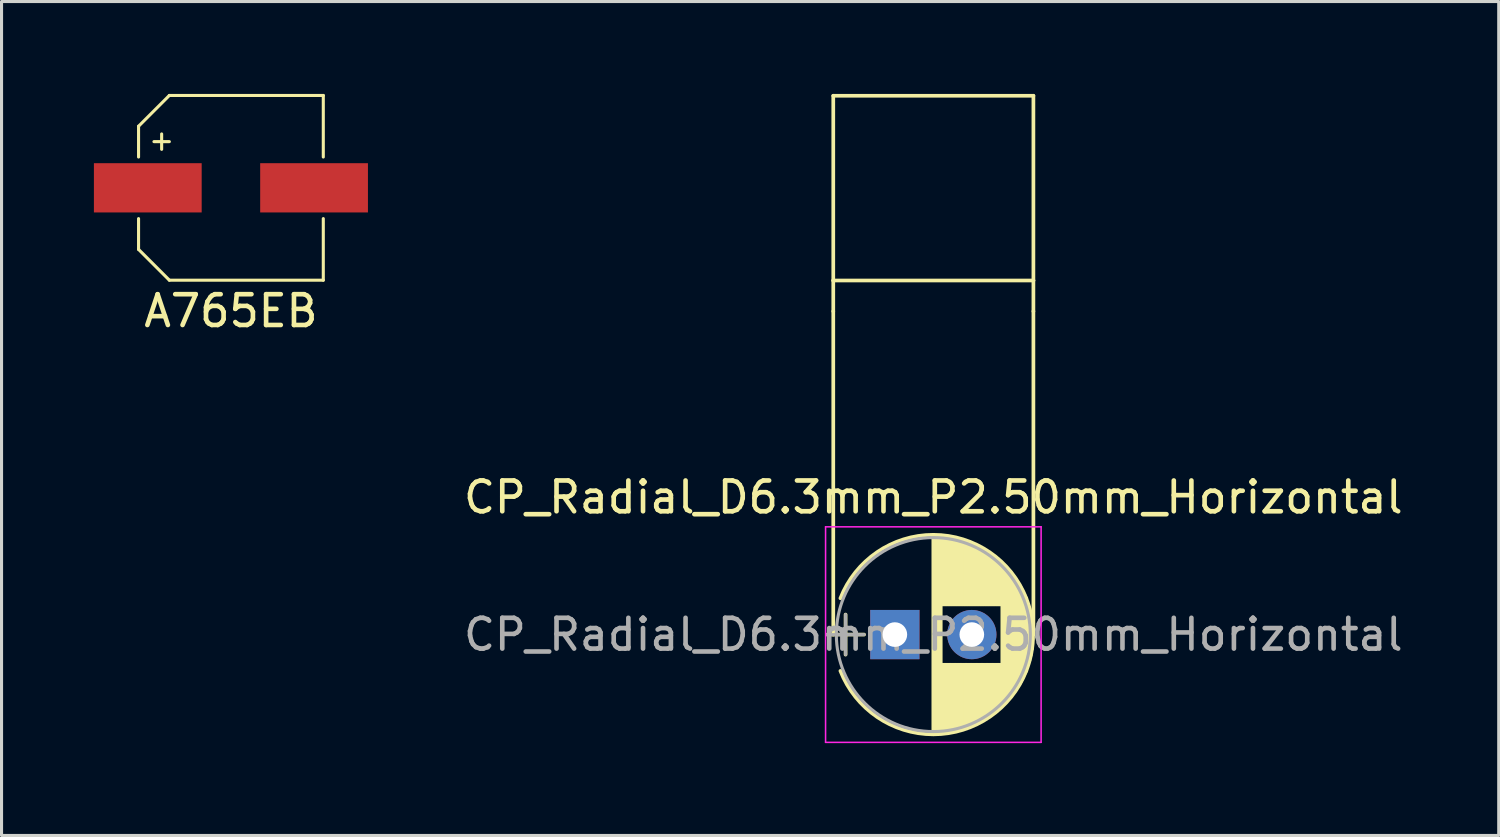
<source format=kicad_pcb>
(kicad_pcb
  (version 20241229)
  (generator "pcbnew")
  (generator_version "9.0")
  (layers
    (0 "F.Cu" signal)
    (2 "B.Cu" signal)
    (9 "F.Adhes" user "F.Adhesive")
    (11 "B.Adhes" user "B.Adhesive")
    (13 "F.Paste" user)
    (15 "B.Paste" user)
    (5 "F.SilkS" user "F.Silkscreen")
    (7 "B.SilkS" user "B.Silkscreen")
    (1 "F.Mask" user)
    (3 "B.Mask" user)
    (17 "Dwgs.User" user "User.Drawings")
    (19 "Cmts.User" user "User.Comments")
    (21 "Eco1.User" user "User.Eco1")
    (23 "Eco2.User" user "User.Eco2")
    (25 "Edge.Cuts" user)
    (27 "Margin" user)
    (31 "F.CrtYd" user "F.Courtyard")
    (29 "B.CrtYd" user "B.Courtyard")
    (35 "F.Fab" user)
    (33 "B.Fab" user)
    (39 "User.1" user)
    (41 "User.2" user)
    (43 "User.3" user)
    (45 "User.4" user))
  (footprint "CP_Radial_D6.3mm_P2.50mm_Horizontal"
    (layer "F.Cu")
    (at 26.013 17.56)
    (property "Reference" "CP_Radial_D6.3mm_P2.50mm_Horizontal" (at 1.25 -4.46 0) (layer "F.SilkS") (effects (font (size 1 1) (thickness 0.15))))
    (attr through_hole)
    (fp_line (start -2.2 0) (end -1 0) (stroke (width 0.12) (type solid)) (layer "F.SilkS"))
    (fp_line (start -2 -17.5) (end 4.5 -17.5) (stroke (width 0.12) (type solid)) (layer "F.SilkS"))
    (fp_line (start -2 -11.5) (end -2 -17.5) (stroke (width 0.12) (type solid)) (layer "F.SilkS"))
    (fp_line (start -2 -10.5) (end -2 -11.5) (stroke (width 0.12) (type solid)) (layer "F.SilkS"))
    (fp_line (start -2 0) (end -2 -10.5) (stroke (width 0.12) (type solid)) (layer "F.SilkS"))
    (fp_line (start -1.6 -0.65) (end -1.6 0.65) (stroke (width 0.12) (type solid)) (layer "F.SilkS"))
    (fp_line (start 1.25 -3.2) (end 1.25 3.2) (stroke (width 0.12) (type solid)) (layer "F.SilkS"))
    (fp_line (start 1.29 -3.2) (end 1.29 3.2) (stroke (width 0.12) (type solid)) (layer "F.SilkS"))
    (fp_line (start 1.33 -3.2) (end 1.33 3.2) (stroke (width 0.12) (type solid)) (layer "F.SilkS"))
    (fp_line (start 1.37 -3.198) (end 1.37 3.198) (stroke (width 0.12) (type solid)) (layer "F.SilkS"))
    (fp_line (start 1.41 -3.197) (end 1.41 3.197) (stroke (width 0.12) (type solid)) (layer "F.SilkS"))
    (fp_line (start 1.45 -3.194) (end 1.45 3.194) (stroke (width 0.12) (type solid)) (layer "F.SilkS"))
    (fp_line (start 1.49 -3.192) (end 1.49 3.192) (stroke (width 0.12) (type solid)) (layer "F.SilkS"))
    (fp_line (start 1.53 -3.188) (end 1.53 -0.98) (stroke (width 0.12) (type solid)) (layer "F.SilkS"))
    (fp_line (start 1.53 0.98) (end 1.53 3.188) (stroke (width 0.12) (type solid)) (layer "F.SilkS"))
    (fp_line (start 1.57 -3.185) (end 1.57 -0.98) (stroke (width 0.12) (type solid)) (layer "F.SilkS"))
    (fp_line (start 1.57 0.98) (end 1.57 3.185) (stroke (width 0.12) (type solid)) (layer "F.SilkS"))
    (fp_line (start 1.61 -3.18) (end 1.61 -0.98) (stroke (width 0.12) (type solid)) (layer "F.SilkS"))
    (fp_line (start 1.61 0.98) (end 1.61 3.18) (stroke (width 0.12) (type solid)) (layer "F.SilkS"))
    (fp_line (start 1.65 -3.176) (end 1.65 -0.98) (stroke (width 0.12) (type solid)) (layer "F.SilkS"))
    (fp_line (start 1.65 0.98) (end 1.65 3.176) (stroke (width 0.12) (type solid)) (layer "F.SilkS"))
    (fp_line (start 1.69 -3.17) (end 1.69 -0.98) (stroke (width 0.12) (type solid)) (layer "F.SilkS"))
    (fp_line (start 1.69 0.98) (end 1.69 3.17) (stroke (width 0.12) (type solid)) (layer "F.SilkS"))
    (fp_line (start 1.73 -3.165) (end 1.73 -0.98) (stroke (width 0.12) (type solid)) (layer "F.SilkS"))
    (fp_line (start 1.73 0.98) (end 1.73 3.165) (stroke (width 0.12) (type solid)) (layer "F.SilkS"))
    (fp_line (start 1.77 -3.158) (end 1.77 -0.98) (stroke (width 0.12) (type solid)) (layer "F.SilkS"))
    (fp_line (start 1.77 0.98) (end 1.77 3.158) (stroke (width 0.12) (type solid)) (layer "F.SilkS"))
    (fp_line (start 1.81 -3.152) (end 1.81 -0.98) (stroke (width 0.12) (type solid)) (layer "F.SilkS"))
    (fp_line (start 1.81 0.98) (end 1.81 3.152) (stroke (width 0.12) (type solid)) (layer "F.SilkS"))
    (fp_line (start 1.85 -3.144) (end 1.85 -0.98) (stroke (width 0.12) (type solid)) (layer "F.SilkS"))
    (fp_line (start 1.85 0.98) (end 1.85 3.144) (stroke (width 0.12) (type solid)) (layer "F.SilkS"))
    (fp_line (start 1.89 -3.137) (end 1.89 -0.98) (stroke (width 0.12) (type solid)) (layer "F.SilkS"))
    (fp_line (start 1.89 0.98) (end 1.89 3.137) (stroke (width 0.12) (type solid)) (layer "F.SilkS"))
    (fp_line (start 1.93 -3.128) (end 1.93 -0.98) (stroke (width 0.12) (type solid)) (layer "F.SilkS"))
    (fp_line (start 1.93 0.98) (end 1.93 3.128) (stroke (width 0.12) (type solid)) (layer "F.SilkS"))
    (fp_line (start 1.971 -3.119) (end 1.971 -0.98) (stroke (width 0.12) (type solid)) (layer "F.SilkS"))
    (fp_line (start 1.971 0.98) (end 1.971 3.119) (stroke (width 0.12) (type solid)) (layer "F.SilkS"))
    (fp_line (start 2.011 -3.11) (end 2.011 -0.98) (stroke (width 0.12) (type solid)) (layer "F.SilkS"))
    (fp_line (start 2.011 0.98) (end 2.011 3.11) (stroke (width 0.12) (type solid)) (layer "F.SilkS"))
    (fp_line (start 2.051 -3.1) (end 2.051 -0.98) (stroke (width 0.12) (type solid)) (layer "F.SilkS"))
    (fp_line (start 2.051 0.98) (end 2.051 3.1) (stroke (width 0.12) (type solid)) (layer "F.SilkS"))
    (fp_line (start 2.091 -3.09) (end 2.091 -0.98) (stroke (width 0.12) (type solid)) (layer "F.SilkS"))
    (fp_line (start 2.091 0.98) (end 2.091 3.09) (stroke (width 0.12) (type solid)) (layer "F.SilkS"))
    (fp_line (start 2.131 -3.079) (end 2.131 -0.98) (stroke (width 0.12) (type solid)) (layer "F.SilkS"))
    (fp_line (start 2.131 0.98) (end 2.131 3.079) (stroke (width 0.12) (type solid)) (layer "F.SilkS"))
    (fp_line (start 2.171 -3.067) (end 2.171 -0.98) (stroke (width 0.12) (type solid)) (layer "F.SilkS"))
    (fp_line (start 2.171 0.98) (end 2.171 3.067) (stroke (width 0.12) (type solid)) (layer "F.SilkS"))
    (fp_line (start 2.211 -3.055) (end 2.211 -0.98) (stroke (width 0.12) (type solid)) (layer "F.SilkS"))
    (fp_line (start 2.211 0.98) (end 2.211 3.055) (stroke (width 0.12) (type solid)) (layer "F.SilkS"))
    (fp_line (start 2.251 -3.042) (end 2.251 -0.98) (stroke (width 0.12) (type solid)) (layer "F.SilkS"))
    (fp_line (start 2.251 0.98) (end 2.251 3.042) (stroke (width 0.12) (type solid)) (layer "F.SilkS"))
    (fp_line (start 2.291 -3.029) (end 2.291 -0.98) (stroke (width 0.12) (type solid)) (layer "F.SilkS"))
    (fp_line (start 2.291 0.98) (end 2.291 3.029) (stroke (width 0.12) (type solid)) (layer "F.SilkS"))
    (fp_line (start 2.331 -3.015) (end 2.331 -0.98) (stroke (width 0.12) (type solid)) (layer "F.SilkS"))
    (fp_line (start 2.331 0.98) (end 2.331 3.015) (stroke (width 0.12) (type solid)) (layer "F.SilkS"))
    (fp_line (start 2.371 -3.001) (end 2.371 -0.98) (stroke (width 0.12) (type solid)) (layer "F.SilkS"))
    (fp_line (start 2.371 0.98) (end 2.371 3.001) (stroke (width 0.12) (type solid)) (layer "F.SilkS"))
    (fp_line (start 2.411 -2.986) (end 2.411 -0.98) (stroke (width 0.12) (type solid)) (layer "F.SilkS"))
    (fp_line (start 2.411 0.98) (end 2.411 2.986) (stroke (width 0.12) (type solid)) (layer "F.SilkS"))
    (fp_line (start 2.451 -2.97) (end 2.451 -0.98) (stroke (width 0.12) (type solid)) (layer "F.SilkS"))
    (fp_line (start 2.451 0.98) (end 2.451 2.97) (stroke (width 0.12) (type solid)) (layer "F.SilkS"))
    (fp_line (start 2.491 -2.954) (end 2.491 -0.98) (stroke (width 0.12) (type solid)) (layer "F.SilkS"))
    (fp_line (start 2.491 0.98) (end 2.491 2.954) (stroke (width 0.12) (type solid)) (layer "F.SilkS"))
    (fp_line (start 2.531 -2.937) (end 2.531 -0.98) (stroke (width 0.12) (type solid)) (layer "F.SilkS"))
    (fp_line (start 2.531 0.98) (end 2.531 2.937) (stroke (width 0.12) (type solid)) (layer "F.SilkS"))
    (fp_line (start 2.571 -2.919) (end 2.571 -0.98) (stroke (width 0.12) (type solid)) (layer "F.SilkS"))
    (fp_line (start 2.571 0.98) (end 2.571 2.919) (stroke (width 0.12) (type solid)) (layer "F.SilkS"))
    (fp_line (start 2.611 -2.901) (end 2.611 -0.98) (stroke (width 0.12) (type solid)) (layer "F.SilkS"))
    (fp_line (start 2.611 0.98) (end 2.611 2.901) (stroke (width 0.12) (type solid)) (layer "F.SilkS"))
    (fp_line (start 2.651 -2.882) (end 2.651 -0.98) (stroke (width 0.12) (type solid)) (layer "F.SilkS"))
    (fp_line (start 2.651 0.98) (end 2.651 2.882) (stroke (width 0.12) (type solid)) (layer "F.SilkS"))
    (fp_line (start 2.691 -2.863) (end 2.691 -0.98) (stroke (width 0.12) (type solid)) (layer "F.SilkS"))
    (fp_line (start 2.691 0.98) (end 2.691 2.863) (stroke (width 0.12) (type solid)) (layer "F.SilkS"))
    (fp_line (start 2.731 -2.843) (end 2.731 -0.98) (stroke (width 0.12) (type solid)) (layer "F.SilkS"))
    (fp_line (start 2.731 0.98) (end 2.731 2.843) (stroke (width 0.12) (type solid)) (layer "F.SilkS"))
    (fp_line (start 2.771 -2.822) (end 2.771 -0.98) (stroke (width 0.12) (type solid)) (layer "F.SilkS"))
    (fp_line (start 2.771 0.98) (end 2.771 2.822) (stroke (width 0.12) (type solid)) (layer "F.SilkS"))
    (fp_line (start 2.811 -2.8) (end 2.811 -0.98) (stroke (width 0.12) (type solid)) (layer "F.SilkS"))
    (fp_line (start 2.811 0.98) (end 2.811 2.8) (stroke (width 0.12) (type solid)) (layer "F.SilkS"))
    (fp_line (start 2.851 -2.778) (end 2.851 -0.98) (stroke (width 0.12) (type solid)) (layer "F.SilkS"))
    (fp_line (start 2.851 0.98) (end 2.851 2.778) (stroke (width 0.12) (type solid)) (layer "F.SilkS"))
    (fp_line (start 2.891 -2.755) (end 2.891 -0.98) (stroke (width 0.12) (type solid)) (layer "F.SilkS"))
    (fp_line (start 2.891 0.98) (end 2.891 2.755) (stroke (width 0.12) (type solid)) (layer "F.SilkS"))
    (fp_line (start 2.931 -2.731) (end 2.931 -0.98) (stroke (width 0.12) (type solid)) (layer "F.SilkS"))
    (fp_line (start 2.931 0.98) (end 2.931 2.731) (stroke (width 0.12) (type solid)) (layer "F.SilkS"))
    (fp_line (start 2.971 -2.706) (end 2.971 -0.98) (stroke (width 0.12) (type solid)) (layer "F.SilkS"))
    (fp_line (start 2.971 0.98) (end 2.971 2.706) (stroke (width 0.12) (type solid)) (layer "F.SilkS"))
    (fp_line (start 3.011 -2.681) (end 3.011 -0.98) (stroke (width 0.12) (type solid)) (layer "F.SilkS"))
    (fp_line (start 3.011 0.98) (end 3.011 2.681) (stroke (width 0.12) (type solid)) (layer "F.SilkS"))
    (fp_line (start 3.051 -2.654) (end 3.051 -0.98) (stroke (width 0.12) (type solid)) (layer "F.SilkS"))
    (fp_line (start 3.051 0.98) (end 3.051 2.654) (stroke (width 0.12) (type solid)) (layer "F.SilkS"))
    (fp_line (start 3.091 -2.627) (end 3.091 -0.98) (stroke (width 0.12) (type solid)) (layer "F.SilkS"))
    (fp_line (start 3.091 0.98) (end 3.091 2.627) (stroke (width 0.12) (type solid)) (layer "F.SilkS"))
    (fp_line (start 3.131 -2.599) (end 3.131 -0.98) (stroke (width 0.12) (type solid)) (layer "F.SilkS"))
    (fp_line (start 3.131 0.98) (end 3.131 2.599) (stroke (width 0.12) (type solid)) (layer "F.SilkS"))
    (fp_line (start 3.171 -2.57) (end 3.171 -0.98) (stroke (width 0.12) (type solid)) (layer "F.SilkS"))
    (fp_line (start 3.171 0.98) (end 3.171 2.57) (stroke (width 0.12) (type solid)) (layer "F.SilkS"))
    (fp_line (start 3.211 -2.54) (end 3.211 -0.98) (stroke (width 0.12) (type solid)) (layer "F.SilkS"))
    (fp_line (start 3.211 0.98) (end 3.211 2.54) (stroke (width 0.12) (type solid)) (layer "F.SilkS"))
    (fp_line (start 3.251 -2.51) (end 3.251 -0.98) (stroke (width 0.12) (type solid)) (layer "F.SilkS"))
    (fp_line (start 3.251 0.98) (end 3.251 2.51) (stroke (width 0.12) (type solid)) (layer "F.SilkS"))
    (fp_line (start 3.291 -2.478) (end 3.291 -0.98) (stroke (width 0.12) (type solid)) (layer "F.SilkS"))
    (fp_line (start 3.291 0.98) (end 3.291 2.478) (stroke (width 0.12) (type solid)) (layer "F.SilkS"))
    (fp_line (start 3.331 -2.445) (end 3.331 -0.98) (stroke (width 0.12) (type solid)) (layer "F.SilkS"))
    (fp_line (start 3.331 0.98) (end 3.331 2.445) (stroke (width 0.12) (type solid)) (layer "F.SilkS"))
    (fp_line (start 3.371 -2.411) (end 3.371 -0.98) (stroke (width 0.12) (type solid)) (layer "F.SilkS"))
    (fp_line (start 3.371 0.98) (end 3.371 2.411) (stroke (width 0.12) (type solid)) (layer "F.SilkS"))
    (fp_line (start 3.411 -2.375) (end 3.411 -0.98) (stroke (width 0.12) (type solid)) (layer "F.SilkS"))
    (fp_line (start 3.411 0.98) (end 3.411 2.375) (stroke (width 0.12) (type solid)) (layer "F.SilkS"))
    (fp_line (start 3.451 -2.339) (end 3.451 -0.98) (stroke (width 0.12) (type solid)) (layer "F.SilkS"))
    (fp_line (start 3.451 0.98) (end 3.451 2.339) (stroke (width 0.12) (type solid)) (layer "F.SilkS"))
    (fp_line (start 3.491 -2.301) (end 3.491 2.301) (stroke (width 0.12) (type solid)) (layer "F.SilkS"))
    (fp_line (start 3.531 -2.262) (end 3.531 2.262) (stroke (width 0.12) (type solid)) (layer "F.SilkS"))
    (fp_line (start 3.571 -2.222) (end 3.571 2.222) (stroke (width 0.12) (type solid)) (layer "F.SilkS"))
    (fp_line (start 3.611 -2.18) (end 3.611 2.18) (stroke (width 0.12) (type solid)) (layer "F.SilkS"))
    (fp_line (start 3.651 -2.137) (end 3.651 2.137) (stroke (width 0.12) (type solid)) (layer "F.SilkS"))
    (fp_line (start 3.691 -2.092) (end 3.691 2.092) (stroke (width 0.12) (type solid)) (layer "F.SilkS"))
    (fp_line (start 3.731 -2.045) (end 3.731 2.045) (stroke (width 0.12) (type solid)) (layer "F.SilkS"))
    (fp_line (start 3.771 -1.997) (end 3.771 1.997) (stroke (width 0.12) (type solid)) (layer "F.SilkS"))
    (fp_line (start 3.811 -1.946) (end 3.811 1.946) (stroke (width 0.12) (type solid)) (layer "F.SilkS"))
    (fp_line (start 3.851 -1.894) (end 3.851 1.894) (stroke (width 0.12) (type solid)) (layer "F.SilkS"))
    (fp_line (start 3.891 -1.839) (end 3.891 1.839) (stroke (width 0.12) (type solid)) (layer "F.SilkS"))
    (fp_line (start 3.931 -1.781) (end 3.931 1.781) (stroke (width 0.12) (type solid)) (layer "F.SilkS"))
    (fp_line (start 3.971 -1.721) (end 3.971 1.721) (stroke (width 0.12) (type solid)) (layer "F.SilkS"))
    (fp_line (start 4.011 -1.658) (end 4.011 1.658) (stroke (width 0.12) (type solid)) (layer "F.SilkS"))
    (fp_line (start 4.051 -1.591) (end 4.051 1.591) (stroke (width 0.12) (type solid)) (layer "F.SilkS"))
    (fp_line (start 4.091 -1.52) (end 4.091 1.52) (stroke (width 0.12) (type solid)) (layer "F.SilkS"))
    (fp_line (start 4.131 -1.445) (end 4.131 1.445) (stroke (width 0.12) (type solid)) (layer "F.SilkS"))
    (fp_line (start 4.171 -1.364) (end 4.171 1.364) (stroke (width 0.12) (type solid)) (layer "F.SilkS"))
    (fp_line (start 4.211 -1.278) (end 4.211 1.278) (stroke (width 0.12) (type solid)) (layer "F.SilkS"))
    (fp_line (start 4.251 -1.184) (end 4.251 1.184) (stroke (width 0.12) (type solid)) (layer "F.SilkS"))
    (fp_line (start 4.291 -1.081) (end 4.291 1.081) (stroke (width 0.12) (type solid)) (layer "F.SilkS"))
    (fp_line (start 4.331 -0.966) (end 4.331 0.966) (stroke (width 0.12) (type solid)) (layer "F.SilkS"))
    (fp_line (start 4.371 -0.834) (end 4.371 0.834) (stroke (width 0.12) (type solid)) (layer "F.SilkS"))
    (fp_line (start 4.411 -0.676) (end 4.411 0.676) (stroke (width 0.12) (type solid)) (layer "F.SilkS"))
    (fp_line (start 4.451 -0.468) (end 4.451 0.468) (stroke (width 0.12) (type solid)) (layer "F.SilkS"))
    (fp_line (start 4.5 -11.5) (end -2 -11.5) (stroke (width 0.12) (type solid)) (layer "F.SilkS"))
    (fp_line (start 4.5 -11.5) (end 4.5 -17.5) (stroke (width 0.12) (type solid)) (layer "F.SilkS"))
    (fp_line (start 4.5 -10.5) (end 4.5 -11.5) (stroke (width 0.12) (type solid)) (layer "F.SilkS"))
    (fp_line (start 4.5 0) (end 4.5 -10.5) (stroke (width 0.12) (type solid)) (layer "F.SilkS"))
    (fp_arc (start -1.767482 -1.18) (mid 1.250464 -3.24) (end 4.26782 -1.179135) (stroke (width 0.12) (type solid)) (layer "F.SilkS"))
    (fp_arc (start 4.267482 -1.18) (mid 4.49 -0.000464) (end 4.26782 1.179135) (stroke (width 0.12) (type solid)) (layer "F.SilkS"))
    (fp_arc (start 4.26782 1.179135) (mid 1.250464 3.239999) (end -1.767482 1.18) (stroke (width 0.12) (type solid)) (layer "F.SilkS"))
    (fp_line (start -2.25 -3.5) (end -2.25 3.5) (stroke (width 0.05) (type solid)) (layer "F.CrtYd"))
    (fp_line (start -2.25 3.5) (end 4.75 3.5) (stroke (width 0.05) (type solid)) (layer "F.CrtYd"))
    (fp_line (start 4.75 -3.5) (end -2.25 -3.5) (stroke (width 0.05) (type solid)) (layer "F.CrtYd"))
    (fp_line (start 4.75 3.5) (end 4.75 -3.5) (stroke (width 0.05) (type solid)) (layer "F.CrtYd"))
    (fp_line (start -2.2 0) (end -1 0) (stroke (width 0.1) (type solid)) (layer "F.Fab"))
    (fp_line (start -1.6 -0.65) (end -1.6 0.65) (stroke (width 0.1) (type solid)) (layer "F.Fab"))
    (fp_circle (center 1.25 0) (end 4.4 0) (stroke (width 0.1) (type solid)) (fill no) (layer "F.Fab"))
    (fp_text user "${REFERENCE}" (at 1.25 0 0) (layer "F.Fab") (effects (font (size 1 1) (thickness 0.15))))
    (pad "1" thru_hole rect (at 0 0) (size 1.6 1.6) (drill 0.8) (layers "*.Cu" "*.Mask"))
    (pad "2" thru_hole circle (at 2.5 0) (size 1.6 1.6) (drill 0.8) (layers "*.Cu" "*.Mask")))
  (footprint "A765EB"
    (layer "F.Cu")
    (at 4.45 3.05)
    (property "Reference" "A765EB" (at 0 4 180) (layer "F.SilkS") (effects (font (size 1 1) (thickness 0.15))))
    (attr smd)
    (fp_line (start -3 -2) (end -2 -3) (stroke (width 0.1) (type solid)) (layer "F.SilkS"))
    (fp_line (start -3 -1) (end -3 -2) (stroke (width 0.1) (type solid)) (layer "F.SilkS"))
    (fp_line (start -3 1) (end -3 2) (stroke (width 0.1) (type solid)) (layer "F.SilkS"))
    (fp_line (start -3 2) (end -2 3) (stroke (width 0.1) (type solid)) (layer "F.SilkS"))
    (fp_line (start -2.5 -1.5) (end -2 -1.5) (stroke (width 0.1) (type solid)) (layer "F.SilkS"))
    (fp_line (start -2.25 -1.75) (end -2.25 -1.25) (stroke (width 0.1) (type solid)) (layer "F.SilkS"))
    (fp_line (start -2 -3) (end 3 -3) (stroke (width 0.1) (type solid)) (layer "F.SilkS"))
    (fp_line (start -2 3) (end 3 3) (stroke (width 0.1) (type solid)) (layer "F.SilkS"))
    (fp_line (start 3 -3) (end 3 -1) (stroke (width 0.1) (type solid)) (layer "F.SilkS"))
    (fp_line (start 3 3) (end 3 1) (stroke (width 0.1) (type solid)) (layer "F.SilkS"))
    (pad "1" smd rect (at -2.7 0 180) (size 3.5 1.6) (layers "F.Cu" "F.Mask" "F.Paste"))
    (pad "2" smd rect (at 2.7 0 180) (size 3.5 1.6) (layers "F.Cu" "F.Mask" "F.Paste")))
  (gr_rect
    (start -3 -3)
    (end 45.626 24.085)
    (stroke (width 0.1) (type default))
    (fill no)
    (layer "Edge.Cuts")))
</source>
